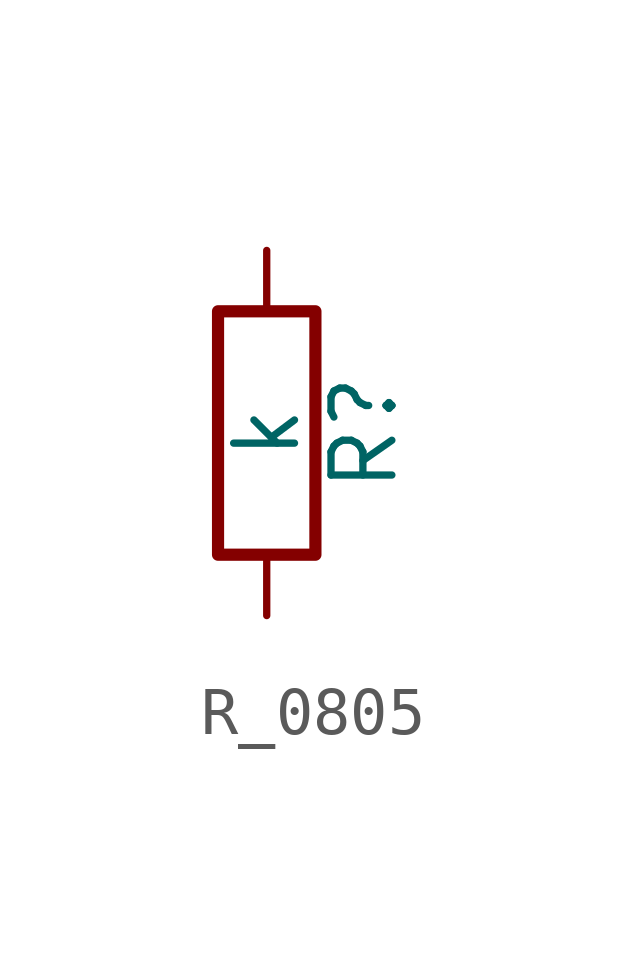
<source format=kicad_sym>
(kicad_symbol_lib
  (version 20231120)
  (generator "kicad_symbol_editor")
  (generator_version "8.0")
  (symbol "R_0805"
    (pin_numbers hide)
    (pin_names
      (offset 0))
    (property "Reference" "R"
      (at 2.032 0 90)
      (effects (font (size 1.27 1.27))))
    (property "Value" "k"
      (at 0 0 90)
      (effects (font (size 1.27 1.27))))
    (symbol "R_0805_0_1"
      (rectangle (start -1.016 -2.54) (end 1.016 2.54) (stroke (width 0.254) (type default)) (fill (type none))))
    (symbol "R_0805_1_1"
      (pin passive line (at 0 3.81 270) (length 1.27) (name "~" (effects (font (size 1.27 1.27)))) (number "1" (effects (font (size 1.27 1.27)))))
      (pin passive line (at 0 -3.81 90) (length 1.27) (name "~" (effects (font (size 1.27 1.27)))) (number "2" (effects (font (size 1.27 1.27))))))))
</source>
